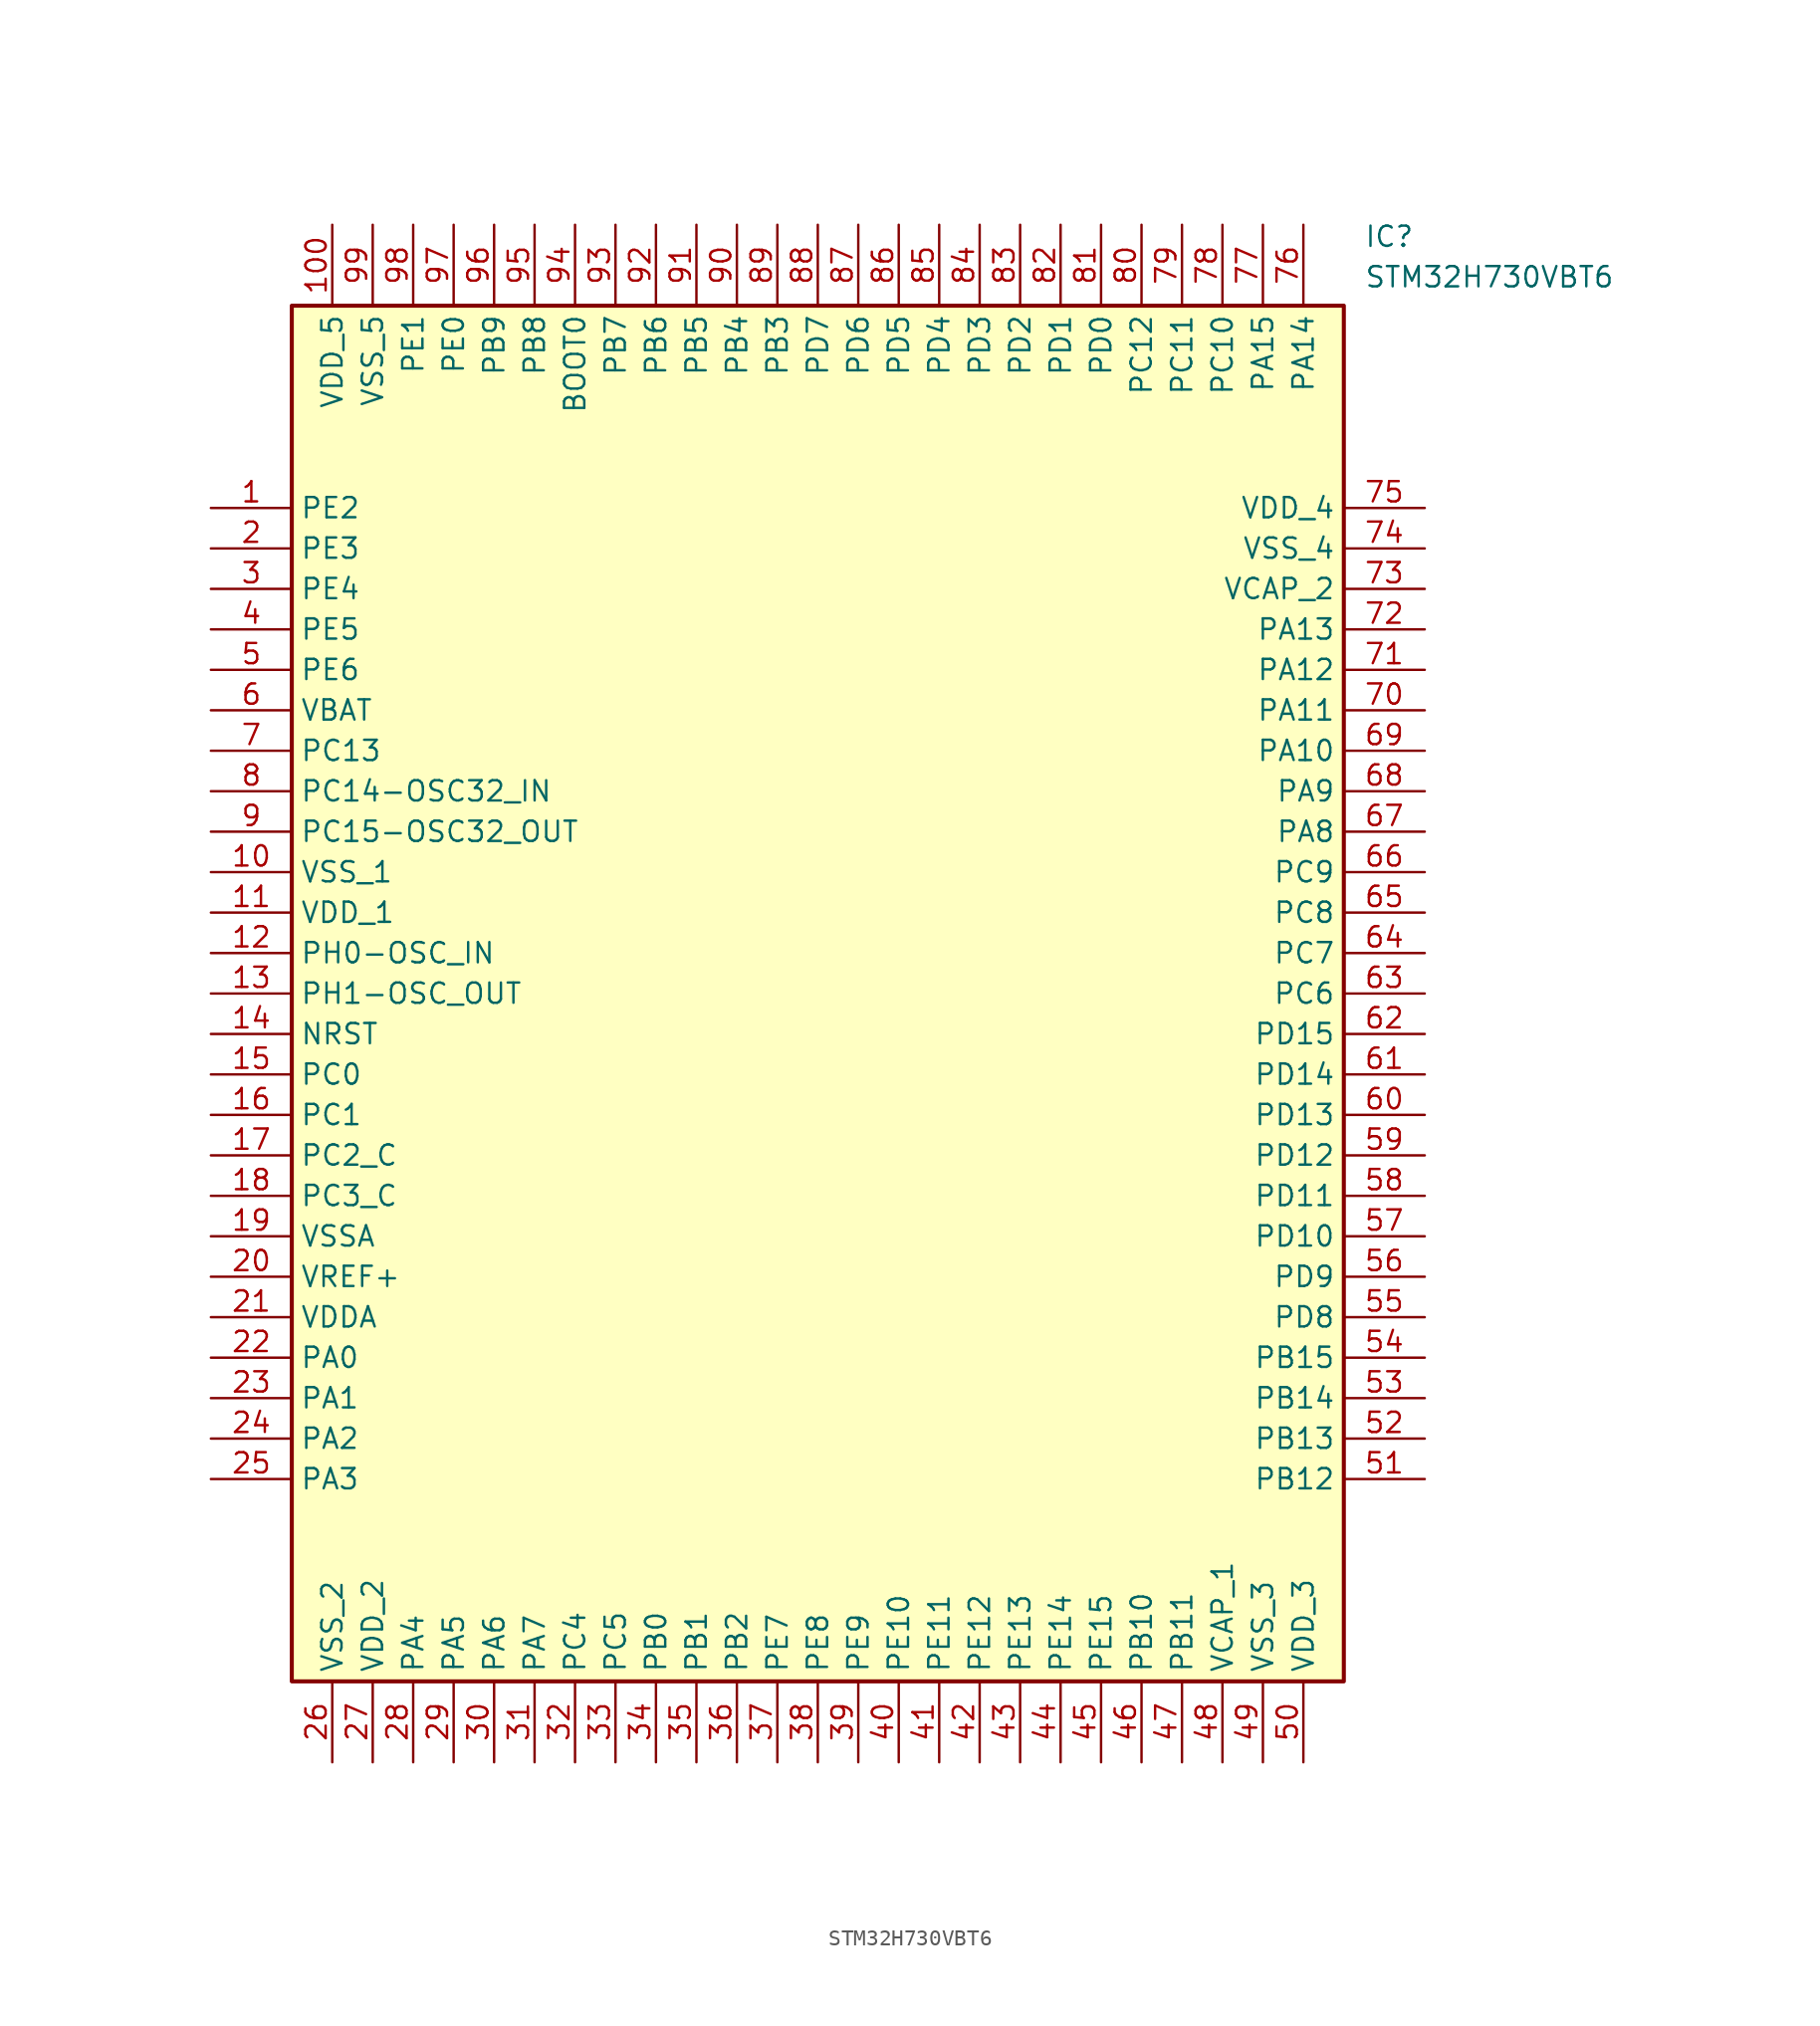
<source format=kicad_sym>
(kicad_symbol_lib
  (version 20211014)
  (generator SamacSys_ECAD_Model)
  (symbol "STM32H730VBT6"
    (property "Reference" "IC"
      (at 72.39 17.78 0)
      (effects (font (size 1.27 1.27)) (justify left top)))
    (property "Value" "STM32H730VBT6"
      (at 72.39 15.24 0)
      (effects (font (size 1.27 1.27)) (justify left top)))
    (rectangle
      (start 5.08 12.7)
      (end 71.12 -73.66)
      (stroke (width 0.254) (type default))
      (fill (type background)))
    (pin passive line
      (at 0 0 0)
      (length 5.08)
      (name "PE2" (effects (font (size 1.27 1.27))))
      (number "1" (effects (font (size 1.27 1.27)))))
    (pin passive line
      (at 0 -2.54 0)
      (length 5.08)
      (name "PE3" (effects (font (size 1.27 1.27))))
      (number "2" (effects (font (size 1.27 1.27)))))
    (pin passive line
      (at 0 -5.08 0)
      (length 5.08)
      (name "PE4" (effects (font (size 1.27 1.27))))
      (number "3" (effects (font (size 1.27 1.27)))))
    (pin passive line
      (at 0 -7.62 0)
      (length 5.08)
      (name "PE5" (effects (font (size 1.27 1.27))))
      (number "4" (effects (font (size 1.27 1.27)))))
    (pin passive line
      (at 0 -10.16 0)
      (length 5.08)
      (name "PE6" (effects (font (size 1.27 1.27))))
      (number "5" (effects (font (size 1.27 1.27)))))
    (pin passive line
      (at 0 -12.7 0)
      (length 5.08)
      (name "VBAT" (effects (font (size 1.27 1.27))))
      (number "6" (effects (font (size 1.27 1.27)))))
    (pin passive line
      (at 0 -15.24 0)
      (length 5.08)
      (name "PC13" (effects (font (size 1.27 1.27))))
      (number "7" (effects (font (size 1.27 1.27)))))
    (pin passive line
      (at 0 -17.78 0)
      (length 5.08)
      (name "PC14-OSC32_IN" (effects (font (size 1.27 1.27))))
      (number "8" (effects (font (size 1.27 1.27)))))
    (pin passive line
      (at 0 -20.32 0)
      (length 5.08)
      (name "PC15-OSC32_OUT" (effects (font (size 1.27 1.27))))
      (number "9" (effects (font (size 1.27 1.27)))))
    (pin passive line
      (at 0 -22.86 0)
      (length 5.08)
      (name "VSS_1" (effects (font (size 1.27 1.27))))
      (number "10" (effects (font (size 1.27 1.27)))))
    (pin passive line
      (at 0 -25.4 0)
      (length 5.08)
      (name "VDD_1" (effects (font (size 1.27 1.27))))
      (number "11" (effects (font (size 1.27 1.27)))))
    (pin passive line
      (at 0 -27.94 0)
      (length 5.08)
      (name "PH0-OSC_IN" (effects (font (size 1.27 1.27))))
      (number "12" (effects (font (size 1.27 1.27)))))
    (pin passive line
      (at 0 -30.48 0)
      (length 5.08)
      (name "PH1-OSC_OUT" (effects (font (size 1.27 1.27))))
      (number "13" (effects (font (size 1.27 1.27)))))
    (pin passive line
      (at 0 -33.02 0)
      (length 5.08)
      (name "NRST" (effects (font (size 1.27 1.27))))
      (number "14" (effects (font (size 1.27 1.27)))))
    (pin passive line
      (at 0 -35.56 0)
      (length 5.08)
      (name "PC0" (effects (font (size 1.27 1.27))))
      (number "15" (effects (font (size 1.27 1.27)))))
    (pin passive line
      (at 0 -38.1 0)
      (length 5.08)
      (name "PC1" (effects (font (size 1.27 1.27))))
      (number "16" (effects (font (size 1.27 1.27)))))
    (pin passive line
      (at 0 -40.64 0)
      (length 5.08)
      (name "PC2_C" (effects (font (size 1.27 1.27))))
      (number "17" (effects (font (size 1.27 1.27)))))
    (pin passive line
      (at 0 -43.18 0)
      (length 5.08)
      (name "PC3_C" (effects (font (size 1.27 1.27))))
      (number "18" (effects (font (size 1.27 1.27)))))
    (pin passive line
      (at 0 -45.72 0)
      (length 5.08)
      (name "VSSA" (effects (font (size 1.27 1.27))))
      (number "19" (effects (font (size 1.27 1.27)))))
    (pin passive line
      (at 0 -48.26 0)
      (length 5.08)
      (name "VREF+" (effects (font (size 1.27 1.27))))
      (number "20" (effects (font (size 1.27 1.27)))))
    (pin passive line
      (at 0 -50.8 0)
      (length 5.08)
      (name "VDDA" (effects (font (size 1.27 1.27))))
      (number "21" (effects (font (size 1.27 1.27)))))
    (pin passive line
      (at 0 -53.34 0)
      (length 5.08)
      (name "PA0" (effects (font (size 1.27 1.27))))
      (number "22" (effects (font (size 1.27 1.27)))))
    (pin passive line
      (at 0 -55.88 0)
      (length 5.08)
      (name "PA1" (effects (font (size 1.27 1.27))))
      (number "23" (effects (font (size 1.27 1.27)))))
    (pin passive line
      (at 0 -58.42 0)
      (length 5.08)
      (name "PA2" (effects (font (size 1.27 1.27))))
      (number "24" (effects (font (size 1.27 1.27)))))
    (pin passive line
      (at 0 -60.96 0)
      (length 5.08)
      (name "PA3" (effects (font (size 1.27 1.27))))
      (number "25" (effects (font (size 1.27 1.27)))))
    (pin passive line
      (at 7.62 -78.74 90)
      (length 5.08)
      (name "VSS_2" (effects (font (size 1.27 1.27))))
      (number "26" (effects (font (size 1.27 1.27)))))
    (pin passive line
      (at 10.16 -78.74 90)
      (length 5.08)
      (name "VDD_2" (effects (font (size 1.27 1.27))))
      (number "27" (effects (font (size 1.27 1.27)))))
    (pin passive line
      (at 12.7 -78.74 90)
      (length 5.08)
      (name "PA4" (effects (font (size 1.27 1.27))))
      (number "28" (effects (font (size 1.27 1.27)))))
    (pin passive line
      (at 15.24 -78.74 90)
      (length 5.08)
      (name "PA5" (effects (font (size 1.27 1.27))))
      (number "29" (effects (font (size 1.27 1.27)))))
    (pin passive line
      (at 17.78 -78.74 90)
      (length 5.08)
      (name "PA6" (effects (font (size 1.27 1.27))))
      (number "30" (effects (font (size 1.27 1.27)))))
    (pin passive line
      (at 20.32 -78.74 90)
      (length 5.08)
      (name "PA7" (effects (font (size 1.27 1.27))))
      (number "31" (effects (font (size 1.27 1.27)))))
    (pin passive line
      (at 22.86 -78.74 90)
      (length 5.08)
      (name "PC4" (effects (font (size 1.27 1.27))))
      (number "32" (effects (font (size 1.27 1.27)))))
    (pin passive line
      (at 25.4 -78.74 90)
      (length 5.08)
      (name "PC5" (effects (font (size 1.27 1.27))))
      (number "33" (effects (font (size 1.27 1.27)))))
    (pin passive line
      (at 27.94 -78.74 90)
      (length 5.08)
      (name "PB0" (effects (font (size 1.27 1.27))))
      (number "34" (effects (font (size 1.27 1.27)))))
    (pin passive line
      (at 30.48 -78.74 90)
      (length 5.08)
      (name "PB1" (effects (font (size 1.27 1.27))))
      (number "35" (effects (font (size 1.27 1.27)))))
    (pin passive line
      (at 33.02 -78.74 90)
      (length 5.08)
      (name "PB2" (effects (font (size 1.27 1.27))))
      (number "36" (effects (font (size 1.27 1.27)))))
    (pin passive line
      (at 35.56 -78.74 90)
      (length 5.08)
      (name "PE7" (effects (font (size 1.27 1.27))))
      (number "37" (effects (font (size 1.27 1.27)))))
    (pin passive line
      (at 38.1 -78.74 90)
      (length 5.08)
      (name "PE8" (effects (font (size 1.27 1.27))))
      (number "38" (effects (font (size 1.27 1.27)))))
    (pin passive line
      (at 40.64 -78.74 90)
      (length 5.08)
      (name "PE9" (effects (font (size 1.27 1.27))))
      (number "39" (effects (font (size 1.27 1.27)))))
    (pin passive line
      (at 43.18 -78.74 90)
      (length 5.08)
      (name "PE10" (effects (font (size 1.27 1.27))))
      (number "40" (effects (font (size 1.27 1.27)))))
    (pin passive line
      (at 45.72 -78.74 90)
      (length 5.08)
      (name "PE11" (effects (font (size 1.27 1.27))))
      (number "41" (effects (font (size 1.27 1.27)))))
    (pin passive line
      (at 48.26 -78.74 90)
      (length 5.08)
      (name "PE12" (effects (font (size 1.27 1.27))))
      (number "42" (effects (font (size 1.27 1.27)))))
    (pin passive line
      (at 50.8 -78.74 90)
      (length 5.08)
      (name "PE13" (effects (font (size 1.27 1.27))))
      (number "43" (effects (font (size 1.27 1.27)))))
    (pin passive line
      (at 53.34 -78.74 90)
      (length 5.08)
      (name "PE14" (effects (font (size 1.27 1.27))))
      (number "44" (effects (font (size 1.27 1.27)))))
    (pin passive line
      (at 55.88 -78.74 90)
      (length 5.08)
      (name "PE15" (effects (font (size 1.27 1.27))))
      (number "45" (effects (font (size 1.27 1.27)))))
    (pin passive line
      (at 58.42 -78.74 90)
      (length 5.08)
      (name "PB10" (effects (font (size 1.27 1.27))))
      (number "46" (effects (font (size 1.27 1.27)))))
    (pin passive line
      (at 60.96 -78.74 90)
      (length 5.08)
      (name "PB11" (effects (font (size 1.27 1.27))))
      (number "47" (effects (font (size 1.27 1.27)))))
    (pin passive line
      (at 63.5 -78.74 90)
      (length 5.08)
      (name "VCAP_1" (effects (font (size 1.27 1.27))))
      (number "48" (effects (font (size 1.27 1.27)))))
    (pin passive line
      (at 66.04 -78.74 90)
      (length 5.08)
      (name "VSS_3" (effects (font (size 1.27 1.27))))
      (number "49" (effects (font (size 1.27 1.27)))))
    (pin passive line
      (at 68.58 -78.74 90)
      (length 5.08)
      (name "VDD_3" (effects (font (size 1.27 1.27))))
      (number "50" (effects (font (size 1.27 1.27)))))
    (pin passive line
      (at 76.2 0 180)
      (length 5.08)
      (name "VDD_4" (effects (font (size 1.27 1.27))))
      (number "75" (effects (font (size 1.27 1.27)))))
    (pin passive line
      (at 76.2 -2.54 180)
      (length 5.08)
      (name "VSS_4" (effects (font (size 1.27 1.27))))
      (number "74" (effects (font (size 1.27 1.27)))))
    (pin passive line
      (at 76.2 -5.08 180)
      (length 5.08)
      (name "VCAP_2" (effects (font (size 1.27 1.27))))
      (number "73" (effects (font (size 1.27 1.27)))))
    (pin passive line
      (at 76.2 -7.62 180)
      (length 5.08)
      (name "PA13" (effects (font (size 1.27 1.27))))
      (number "72" (effects (font (size 1.27 1.27)))))
    (pin passive line
      (at 76.2 -10.16 180)
      (length 5.08)
      (name "PA12" (effects (font (size 1.27 1.27))))
      (number "71" (effects (font (size 1.27 1.27)))))
    (pin passive line
      (at 76.2 -12.7 180)
      (length 5.08)
      (name "PA11" (effects (font (size 1.27 1.27))))
      (number "70" (effects (font (size 1.27 1.27)))))
    (pin passive line
      (at 76.2 -15.24 180)
      (length 5.08)
      (name "PA10" (effects (font (size 1.27 1.27))))
      (number "69" (effects (font (size 1.27 1.27)))))
    (pin passive line
      (at 76.2 -17.78 180)
      (length 5.08)
      (name "PA9" (effects (font (size 1.27 1.27))))
      (number "68" (effects (font (size 1.27 1.27)))))
    (pin passive line
      (at 76.2 -20.32 180)
      (length 5.08)
      (name "PA8" (effects (font (size 1.27 1.27))))
      (number "67" (effects (font (size 1.27 1.27)))))
    (pin passive line
      (at 76.2 -22.86 180)
      (length 5.08)
      (name "PC9" (effects (font (size 1.27 1.27))))
      (number "66" (effects (font (size 1.27 1.27)))))
    (pin passive line
      (at 76.2 -25.4 180)
      (length 5.08)
      (name "PC8" (effects (font (size 1.27 1.27))))
      (number "65" (effects (font (size 1.27 1.27)))))
    (pin passive line
      (at 76.2 -27.94 180)
      (length 5.08)
      (name "PC7" (effects (font (size 1.27 1.27))))
      (number "64" (effects (font (size 1.27 1.27)))))
    (pin passive line
      (at 76.2 -30.48 180)
      (length 5.08)
      (name "PC6" (effects (font (size 1.27 1.27))))
      (number "63" (effects (font (size 1.27 1.27)))))
    (pin passive line
      (at 76.2 -33.02 180)
      (length 5.08)
      (name "PD15" (effects (font (size 1.27 1.27))))
      (number "62" (effects (font (size 1.27 1.27)))))
    (pin passive line
      (at 76.2 -35.56 180)
      (length 5.08)
      (name "PD14" (effects (font (size 1.27 1.27))))
      (number "61" (effects (font (size 1.27 1.27)))))
    (pin passive line
      (at 76.2 -38.1 180)
      (length 5.08)
      (name "PD13" (effects (font (size 1.27 1.27))))
      (number "60" (effects (font (size 1.27 1.27)))))
    (pin passive line
      (at 76.2 -40.64 180)
      (length 5.08)
      (name "PD12" (effects (font (size 1.27 1.27))))
      (number "59" (effects (font (size 1.27 1.27)))))
    (pin passive line
      (at 76.2 -43.18 180)
      (length 5.08)
      (name "PD11" (effects (font (size 1.27 1.27))))
      (number "58" (effects (font (size 1.27 1.27)))))
    (pin passive line
      (at 76.2 -45.72 180)
      (length 5.08)
      (name "PD10" (effects (font (size 1.27 1.27))))
      (number "57" (effects (font (size 1.27 1.27)))))
    (pin passive line
      (at 76.2 -48.26 180)
      (length 5.08)
      (name "PD9" (effects (font (size 1.27 1.27))))
      (number "56" (effects (font (size 1.27 1.27)))))
    (pin passive line
      (at 76.2 -50.8 180)
      (length 5.08)
      (name "PD8" (effects (font (size 1.27 1.27))))
      (number "55" (effects (font (size 1.27 1.27)))))
    (pin passive line
      (at 76.2 -53.34 180)
      (length 5.08)
      (name "PB15" (effects (font (size 1.27 1.27))))
      (number "54" (effects (font (size 1.27 1.27)))))
    (pin passive line
      (at 76.2 -55.88 180)
      (length 5.08)
      (name "PB14" (effects (font (size 1.27 1.27))))
      (number "53" (effects (font (size 1.27 1.27)))))
    (pin passive line
      (at 76.2 -58.42 180)
      (length 5.08)
      (name "PB13" (effects (font (size 1.27 1.27))))
      (number "52" (effects (font (size 1.27 1.27)))))
    (pin passive line
      (at 76.2 -60.96 180)
      (length 5.08)
      (name "PB12" (effects (font (size 1.27 1.27))))
      (number "51" (effects (font (size 1.27 1.27)))))
    (pin passive line
      (at 7.62 17.78 270)
      (length 5.08)
      (name "VDD_5" (effects (font (size 1.27 1.27))))
      (number "100" (effects (font (size 1.27 1.27)))))
    (pin passive line
      (at 10.16 17.78 270)
      (length 5.08)
      (name "VSS_5" (effects (font (size 1.27 1.27))))
      (number "99" (effects (font (size 1.27 1.27)))))
    (pin passive line
      (at 12.7 17.78 270)
      (length 5.08)
      (name "PE1" (effects (font (size 1.27 1.27))))
      (number "98" (effects (font (size 1.27 1.27)))))
    (pin passive line
      (at 15.24 17.78 270)
      (length 5.08)
      (name "PE0" (effects (font (size 1.27 1.27))))
      (number "97" (effects (font (size 1.27 1.27)))))
    (pin passive line
      (at 17.78 17.78 270)
      (length 5.08)
      (name "PB9" (effects (font (size 1.27 1.27))))
      (number "96" (effects (font (size 1.27 1.27)))))
    (pin passive line
      (at 20.32 17.78 270)
      (length 5.08)
      (name "PB8" (effects (font (size 1.27 1.27))))
      (number "95" (effects (font (size 1.27 1.27)))))
    (pin passive line
      (at 22.86 17.78 270)
      (length 5.08)
      (name "BOOT0" (effects (font (size 1.27 1.27))))
      (number "94" (effects (font (size 1.27 1.27)))))
    (pin passive line
      (at 25.4 17.78 270)
      (length 5.08)
      (name "PB7" (effects (font (size 1.27 1.27))))
      (number "93" (effects (font (size 1.27 1.27)))))
    (pin passive line
      (at 27.94 17.78 270)
      (length 5.08)
      (name "PB6" (effects (font (size 1.27 1.27))))
      (number "92" (effects (font (size 1.27 1.27)))))
    (pin passive line
      (at 30.48 17.78 270)
      (length 5.08)
      (name "PB5" (effects (font (size 1.27 1.27))))
      (number "91" (effects (font (size 1.27 1.27)))))
    (pin passive line
      (at 33.02 17.78 270)
      (length 5.08)
      (name "PB4" (effects (font (size 1.27 1.27))))
      (number "90" (effects (font (size 1.27 1.27)))))
    (pin passive line
      (at 35.56 17.78 270)
      (length 5.08)
      (name "PB3" (effects (font (size 1.27 1.27))))
      (number "89" (effects (font (size 1.27 1.27)))))
    (pin passive line
      (at 38.1 17.78 270)
      (length 5.08)
      (name "PD7" (effects (font (size 1.27 1.27))))
      (number "88" (effects (font (size 1.27 1.27)))))
    (pin passive line
      (at 40.64 17.78 270)
      (length 5.08)
      (name "PD6" (effects (font (size 1.27 1.27))))
      (number "87" (effects (font (size 1.27 1.27)))))
    (pin passive line
      (at 43.18 17.78 270)
      (length 5.08)
      (name "PD5" (effects (font (size 1.27 1.27))))
      (number "86" (effects (font (size 1.27 1.27)))))
    (pin passive line
      (at 45.72 17.78 270)
      (length 5.08)
      (name "PD4" (effects (font (size 1.27 1.27))))
      (number "85" (effects (font (size 1.27 1.27)))))
    (pin passive line
      (at 48.26 17.78 270)
      (length 5.08)
      (name "PD3" (effects (font (size 1.27 1.27))))
      (number "84" (effects (font (size 1.27 1.27)))))
    (pin passive line
      (at 50.8 17.78 270)
      (length 5.08)
      (name "PD2" (effects (font (size 1.27 1.27))))
      (number "83" (effects (font (size 1.27 1.27)))))
    (pin passive line
      (at 53.34 17.78 270)
      (length 5.08)
      (name "PD1" (effects (font (size 1.27 1.27))))
      (number "82" (effects (font (size 1.27 1.27)))))
    (pin passive line
      (at 55.88 17.78 270)
      (length 5.08)
      (name "PD0" (effects (font (size 1.27 1.27))))
      (number "81" (effects (font (size 1.27 1.27)))))
    (pin passive line
      (at 58.42 17.78 270)
      (length 5.08)
      (name "PC12" (effects (font (size 1.27 1.27))))
      (number "80" (effects (font (size 1.27 1.27)))))
    (pin passive line
      (at 60.96 17.78 270)
      (length 5.08)
      (name "PC11" (effects (font (size 1.27 1.27))))
      (number "79" (effects (font (size 1.27 1.27)))))
    (pin passive line
      (at 63.5 17.78 270)
      (length 5.08)
      (name "PC10" (effects (font (size 1.27 1.27))))
      (number "78" (effects (font (size 1.27 1.27)))))
    (pin passive line
      (at 66.04 17.78 270)
      (length 5.08)
      (name "PA15" (effects (font (size 1.27 1.27))))
      (number "77" (effects (font (size 1.27 1.27)))))
    (pin passive line
      (at 68.58 17.78 270)
      (length 5.08)
      (name "PA14" (effects (font (size 1.27 1.27))))
      (number "76" (effects (font (size 1.27 1.27)))))))
</source>
